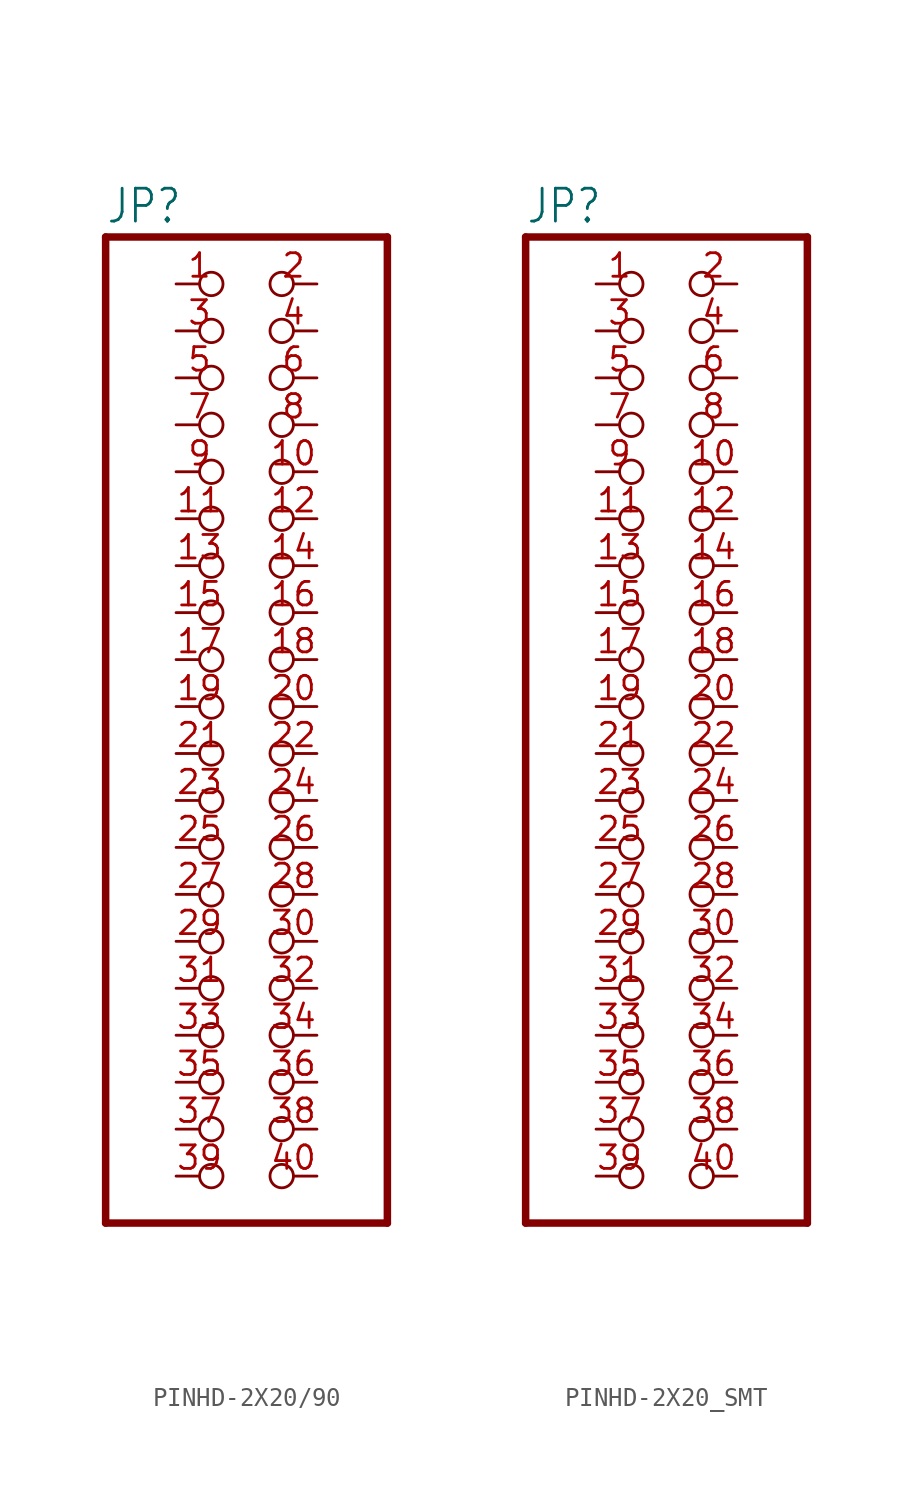
<source format=kicad_sym>
(kicad_symbol_lib
  (version 20231120)
  (generator "kicad_symbol_editor")
  (generator_version "8.0")
  (symbol "PINHD-2X20/90"
    (property "Reference" "JP"
      (at -6.35 26.035 0)
      (effects (font (size 1.778 1.511)) (justify left bottom)))
    (property "Value" ""
      (at -6.35 -30.48 0)
      (effects (font (size 1.778 1.511)) (justify left bottom)))
    (property "ki_locked" ""
      (at 0 0 0)
      (effects (font (size 1.27 1.27))))
    (symbol "PINHD-2X20/90_1_0"
      (polyline (pts (xy -6.35 -27.94) (xy 8.89 -27.94)) (stroke (width 0.406) (type solid)) (fill (type none)))
      (polyline (pts (xy -6.35 25.4) (xy -6.35 -27.94)) (stroke (width 0.406) (type solid)) (fill (type none)))
      (polyline (pts (xy 8.89 -27.94) (xy 8.89 25.4)) (stroke (width 0.406) (type solid)) (fill (type none)))
      (polyline (pts (xy 8.89 25.4) (xy -6.35 25.4)) (stroke (width 0.406) (type solid)) (fill (type none)))
      (pin passive inverted (at -2.54 22.86 0) (length 2.54) (name "1" (effects (font (size 0 0)))) (number "1" (effects (font (size 1.27 1.27)))))
      (pin passive inverted (at 5.08 12.7 180) (length 2.54) (name "10" (effects (font (size 0 0)))) (number "10" (effects (font (size 1.27 1.27)))))
      (pin passive inverted (at -2.54 10.16 0) (length 2.54) (name "11" (effects (font (size 0 0)))) (number "11" (effects (font (size 1.27 1.27)))))
      (pin passive inverted (at 5.08 10.16 180) (length 2.54) (name "12" (effects (font (size 0 0)))) (number "12" (effects (font (size 1.27 1.27)))))
      (pin passive inverted (at -2.54 7.62 0) (length 2.54) (name "13" (effects (font (size 0 0)))) (number "13" (effects (font (size 1.27 1.27)))))
      (pin passive inverted (at 5.08 7.62 180) (length 2.54) (name "14" (effects (font (size 0 0)))) (number "14" (effects (font (size 1.27 1.27)))))
      (pin passive inverted (at -2.54 5.08 0) (length 2.54) (name "15" (effects (font (size 0 0)))) (number "15" (effects (font (size 1.27 1.27)))))
      (pin passive inverted (at 5.08 5.08 180) (length 2.54) (name "16" (effects (font (size 0 0)))) (number "16" (effects (font (size 1.27 1.27)))))
      (pin passive inverted (at -2.54 2.54 0) (length 2.54) (name "17" (effects (font (size 0 0)))) (number "17" (effects (font (size 1.27 1.27)))))
      (pin passive inverted (at 5.08 2.54 180) (length 2.54) (name "18" (effects (font (size 0 0)))) (number "18" (effects (font (size 1.27 1.27)))))
      (pin passive inverted (at -2.54 0 0) (length 2.54) (name "19" (effects (font (size 0 0)))) (number "19" (effects (font (size 1.27 1.27)))))
      (pin passive inverted (at 5.08 22.86 180) (length 2.54) (name "2" (effects (font (size 0 0)))) (number "2" (effects (font (size 1.27 1.27)))))
      (pin passive inverted (at 5.08 0 180) (length 2.54) (name "20" (effects (font (size 0 0)))) (number "20" (effects (font (size 1.27 1.27)))))
      (pin passive inverted (at -2.54 -2.54 0) (length 2.54) (name "21" (effects (font (size 0 0)))) (number "21" (effects (font (size 1.27 1.27)))))
      (pin passive inverted (at 5.08 -2.54 180) (length 2.54) (name "22" (effects (font (size 0 0)))) (number "22" (effects (font (size 1.27 1.27)))))
      (pin passive inverted (at -2.54 -5.08 0) (length 2.54) (name "23" (effects (font (size 0 0)))) (number "23" (effects (font (size 1.27 1.27)))))
      (pin passive inverted (at 5.08 -5.08 180) (length 2.54) (name "24" (effects (font (size 0 0)))) (number "24" (effects (font (size 1.27 1.27)))))
      (pin passive inverted (at -2.54 -7.62 0) (length 2.54) (name "25" (effects (font (size 0 0)))) (number "25" (effects (font (size 1.27 1.27)))))
      (pin passive inverted (at 5.08 -7.62 180) (length 2.54) (name "26" (effects (font (size 0 0)))) (number "26" (effects (font (size 1.27 1.27)))))
      (pin passive inverted (at -2.54 -10.16 0) (length 2.54) (name "27" (effects (font (size 0 0)))) (number "27" (effects (font (size 1.27 1.27)))))
      (pin passive inverted (at 5.08 -10.16 180) (length 2.54) (name "28" (effects (font (size 0 0)))) (number "28" (effects (font (size 1.27 1.27)))))
      (pin passive inverted (at -2.54 -12.7 0) (length 2.54) (name "29" (effects (font (size 0 0)))) (number "29" (effects (font (size 1.27 1.27)))))
      (pin passive inverted (at -2.54 20.32 0) (length 2.54) (name "3" (effects (font (size 0 0)))) (number "3" (effects (font (size 1.27 1.27)))))
      (pin passive inverted (at 5.08 -12.7 180) (length 2.54) (name "30" (effects (font (size 0 0)))) (number "30" (effects (font (size 1.27 1.27)))))
      (pin passive inverted (at -2.54 -15.24 0) (length 2.54) (name "31" (effects (font (size 0 0)))) (number "31" (effects (font (size 1.27 1.27)))))
      (pin passive inverted (at 5.08 -15.24 180) (length 2.54) (name "32" (effects (font (size 0 0)))) (number "32" (effects (font (size 1.27 1.27)))))
      (pin passive inverted (at -2.54 -17.78 0) (length 2.54) (name "33" (effects (font (size 0 0)))) (number "33" (effects (font (size 1.27 1.27)))))
      (pin passive inverted (at 5.08 -17.78 180) (length 2.54) (name "34" (effects (font (size 0 0)))) (number "34" (effects (font (size 1.27 1.27)))))
      (pin passive inverted (at -2.54 -20.32 0) (length 2.54) (name "35" (effects (font (size 0 0)))) (number "35" (effects (font (size 1.27 1.27)))))
      (pin passive inverted (at 5.08 -20.32 180) (length 2.54) (name "36" (effects (font (size 0 0)))) (number "36" (effects (font (size 1.27 1.27)))))
      (pin passive inverted (at -2.54 -22.86 0) (length 2.54) (name "37" (effects (font (size 0 0)))) (number "37" (effects (font (size 1.27 1.27)))))
      (pin passive inverted (at 5.08 -22.86 180) (length 2.54) (name "38" (effects (font (size 0 0)))) (number "38" (effects (font (size 1.27 1.27)))))
      (pin passive inverted (at -2.54 -25.4 0) (length 2.54) (name "39" (effects (font (size 0 0)))) (number "39" (effects (font (size 1.27 1.27)))))
      (pin passive inverted (at 5.08 20.32 180) (length 2.54) (name "4" (effects (font (size 0 0)))) (number "4" (effects (font (size 1.27 1.27)))))
      (pin passive inverted (at 5.08 -25.4 180) (length 2.54) (name "40" (effects (font (size 0 0)))) (number "40" (effects (font (size 1.27 1.27)))))
      (pin passive inverted (at -2.54 17.78 0) (length 2.54) (name "5" (effects (font (size 0 0)))) (number "5" (effects (font (size 1.27 1.27)))))
      (pin passive inverted (at 5.08 17.78 180) (length 2.54) (name "6" (effects (font (size 0 0)))) (number "6" (effects (font (size 1.27 1.27)))))
      (pin passive inverted (at -2.54 15.24 0) (length 2.54) (name "7" (effects (font (size 0 0)))) (number "7" (effects (font (size 1.27 1.27)))))
      (pin passive inverted (at 5.08 15.24 180) (length 2.54) (name "8" (effects (font (size 0 0)))) (number "8" (effects (font (size 1.27 1.27)))))
      (pin passive inverted (at -2.54 12.7 0) (length 2.54) (name "9" (effects (font (size 0 0)))) (number "9" (effects (font (size 1.27 1.27)))))))
  (symbol "PINHD-2X20_SMT"
    (property "Reference" "JP"
      (at -6.35 26.035 0)
      (effects (font (size 1.778 1.511)) (justify left bottom)))
    (property "Value" ""
      (at -6.35 -30.48 0)
      (effects (font (size 1.778 1.511)) (justify left bottom)))
    (property "ki_locked" ""
      (at 0 0 0)
      (effects (font (size 1.27 1.27))))
    (symbol "PINHD-2X20_SMT_1_0"
      (polyline (pts (xy -6.35 -27.94) (xy 8.89 -27.94)) (stroke (width 0.406) (type solid)) (fill (type none)))
      (polyline (pts (xy -6.35 25.4) (xy -6.35 -27.94)) (stroke (width 0.406) (type solid)) (fill (type none)))
      (polyline (pts (xy 8.89 -27.94) (xy 8.89 25.4)) (stroke (width 0.406) (type solid)) (fill (type none)))
      (polyline (pts (xy 8.89 25.4) (xy -6.35 25.4)) (stroke (width 0.406) (type solid)) (fill (type none)))
      (pin passive inverted (at -2.54 22.86 0) (length 2.54) (name "1" (effects (font (size 0 0)))) (number "1" (effects (font (size 1.27 1.27)))))
      (pin passive inverted (at 5.08 12.7 180) (length 2.54) (name "10" (effects (font (size 0 0)))) (number "10" (effects (font (size 1.27 1.27)))))
      (pin passive inverted (at -2.54 10.16 0) (length 2.54) (name "11" (effects (font (size 0 0)))) (number "11" (effects (font (size 1.27 1.27)))))
      (pin passive inverted (at 5.08 10.16 180) (length 2.54) (name "12" (effects (font (size 0 0)))) (number "12" (effects (font (size 1.27 1.27)))))
      (pin passive inverted (at -2.54 7.62 0) (length 2.54) (name "13" (effects (font (size 0 0)))) (number "13" (effects (font (size 1.27 1.27)))))
      (pin passive inverted (at 5.08 7.62 180) (length 2.54) (name "14" (effects (font (size 0 0)))) (number "14" (effects (font (size 1.27 1.27)))))
      (pin passive inverted (at -2.54 5.08 0) (length 2.54) (name "15" (effects (font (size 0 0)))) (number "15" (effects (font (size 1.27 1.27)))))
      (pin passive inverted (at 5.08 5.08 180) (length 2.54) (name "16" (effects (font (size 0 0)))) (number "16" (effects (font (size 1.27 1.27)))))
      (pin passive inverted (at -2.54 2.54 0) (length 2.54) (name "17" (effects (font (size 0 0)))) (number "17" (effects (font (size 1.27 1.27)))))
      (pin passive inverted (at 5.08 2.54 180) (length 2.54) (name "18" (effects (font (size 0 0)))) (number "18" (effects (font (size 1.27 1.27)))))
      (pin passive inverted (at -2.54 0 0) (length 2.54) (name "19" (effects (font (size 0 0)))) (number "19" (effects (font (size 1.27 1.27)))))
      (pin passive inverted (at 5.08 22.86 180) (length 2.54) (name "2" (effects (font (size 0 0)))) (number "2" (effects (font (size 1.27 1.27)))))
      (pin passive inverted (at 5.08 0 180) (length 2.54) (name "20" (effects (font (size 0 0)))) (number "20" (effects (font (size 1.27 1.27)))))
      (pin passive inverted (at -2.54 -2.54 0) (length 2.54) (name "21" (effects (font (size 0 0)))) (number "21" (effects (font (size 1.27 1.27)))))
      (pin passive inverted (at 5.08 -2.54 180) (length 2.54) (name "22" (effects (font (size 0 0)))) (number "22" (effects (font (size 1.27 1.27)))))
      (pin passive inverted (at -2.54 -5.08 0) (length 2.54) (name "23" (effects (font (size 0 0)))) (number "23" (effects (font (size 1.27 1.27)))))
      (pin passive inverted (at 5.08 -5.08 180) (length 2.54) (name "24" (effects (font (size 0 0)))) (number "24" (effects (font (size 1.27 1.27)))))
      (pin passive inverted (at -2.54 -7.62 0) (length 2.54) (name "25" (effects (font (size 0 0)))) (number "25" (effects (font (size 1.27 1.27)))))
      (pin passive inverted (at 5.08 -7.62 180) (length 2.54) (name "26" (effects (font (size 0 0)))) (number "26" (effects (font (size 1.27 1.27)))))
      (pin passive inverted (at -2.54 -10.16 0) (length 2.54) (name "27" (effects (font (size 0 0)))) (number "27" (effects (font (size 1.27 1.27)))))
      (pin passive inverted (at 5.08 -10.16 180) (length 2.54) (name "28" (effects (font (size 0 0)))) (number "28" (effects (font (size 1.27 1.27)))))
      (pin passive inverted (at -2.54 -12.7 0) (length 2.54) (name "29" (effects (font (size 0 0)))) (number "29" (effects (font (size 1.27 1.27)))))
      (pin passive inverted (at -2.54 20.32 0) (length 2.54) (name "3" (effects (font (size 0 0)))) (number "3" (effects (font (size 1.27 1.27)))))
      (pin passive inverted (at 5.08 -12.7 180) (length 2.54) (name "30" (effects (font (size 0 0)))) (number "30" (effects (font (size 1.27 1.27)))))
      (pin passive inverted (at -2.54 -15.24 0) (length 2.54) (name "31" (effects (font (size 0 0)))) (number "31" (effects (font (size 1.27 1.27)))))
      (pin passive inverted (at 5.08 -15.24 180) (length 2.54) (name "32" (effects (font (size 0 0)))) (number "32" (effects (font (size 1.27 1.27)))))
      (pin passive inverted (at -2.54 -17.78 0) (length 2.54) (name "33" (effects (font (size 0 0)))) (number "33" (effects (font (size 1.27 1.27)))))
      (pin passive inverted (at 5.08 -17.78 180) (length 2.54) (name "34" (effects (font (size 0 0)))) (number "34" (effects (font (size 1.27 1.27)))))
      (pin passive inverted (at -2.54 -20.32 0) (length 2.54) (name "35" (effects (font (size 0 0)))) (number "35" (effects (font (size 1.27 1.27)))))
      (pin passive inverted (at 5.08 -20.32 180) (length 2.54) (name "36" (effects (font (size 0 0)))) (number "36" (effects (font (size 1.27 1.27)))))
      (pin passive inverted (at -2.54 -22.86 0) (length 2.54) (name "37" (effects (font (size 0 0)))) (number "37" (effects (font (size 1.27 1.27)))))
      (pin passive inverted (at 5.08 -22.86 180) (length 2.54) (name "38" (effects (font (size 0 0)))) (number "38" (effects (font (size 1.27 1.27)))))
      (pin passive inverted (at -2.54 -25.4 0) (length 2.54) (name "39" (effects (font (size 0 0)))) (number "39" (effects (font (size 1.27 1.27)))))
      (pin passive inverted (at 5.08 20.32 180) (length 2.54) (name "4" (effects (font (size 0 0)))) (number "4" (effects (font (size 1.27 1.27)))))
      (pin passive inverted (at 5.08 -25.4 180) (length 2.54) (name "40" (effects (font (size 0 0)))) (number "40" (effects (font (size 1.27 1.27)))))
      (pin passive inverted (at -2.54 17.78 0) (length 2.54) (name "5" (effects (font (size 0 0)))) (number "5" (effects (font (size 1.27 1.27)))))
      (pin passive inverted (at 5.08 17.78 180) (length 2.54) (name "6" (effects (font (size 0 0)))) (number "6" (effects (font (size 1.27 1.27)))))
      (pin passive inverted (at -2.54 15.24 0) (length 2.54) (name "7" (effects (font (size 0 0)))) (number "7" (effects (font (size 1.27 1.27)))))
      (pin passive inverted (at 5.08 15.24 180) (length 2.54) (name "8" (effects (font (size 0 0)))) (number "8" (effects (font (size 1.27 1.27)))))
      (pin passive inverted (at -2.54 12.7 0) (length 2.54) (name "9" (effects (font (size 0 0)))) (number "9" (effects (font (size 1.27 1.27))))))))
</source>
